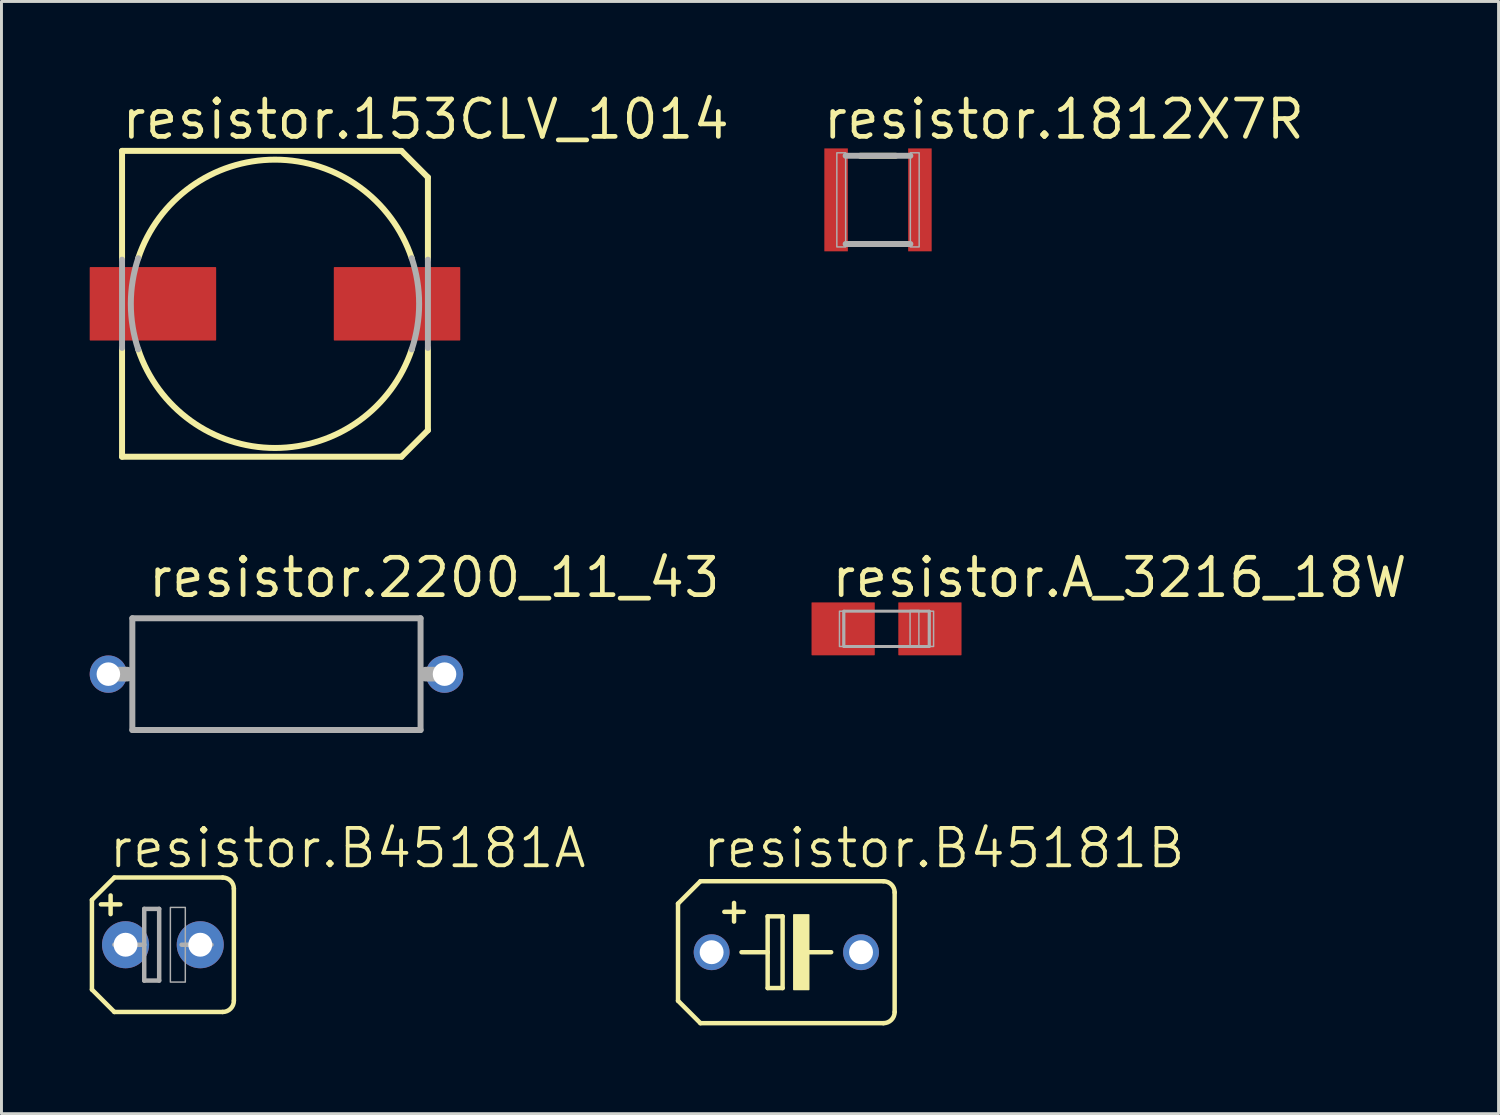
<source format=kicad_pcb>
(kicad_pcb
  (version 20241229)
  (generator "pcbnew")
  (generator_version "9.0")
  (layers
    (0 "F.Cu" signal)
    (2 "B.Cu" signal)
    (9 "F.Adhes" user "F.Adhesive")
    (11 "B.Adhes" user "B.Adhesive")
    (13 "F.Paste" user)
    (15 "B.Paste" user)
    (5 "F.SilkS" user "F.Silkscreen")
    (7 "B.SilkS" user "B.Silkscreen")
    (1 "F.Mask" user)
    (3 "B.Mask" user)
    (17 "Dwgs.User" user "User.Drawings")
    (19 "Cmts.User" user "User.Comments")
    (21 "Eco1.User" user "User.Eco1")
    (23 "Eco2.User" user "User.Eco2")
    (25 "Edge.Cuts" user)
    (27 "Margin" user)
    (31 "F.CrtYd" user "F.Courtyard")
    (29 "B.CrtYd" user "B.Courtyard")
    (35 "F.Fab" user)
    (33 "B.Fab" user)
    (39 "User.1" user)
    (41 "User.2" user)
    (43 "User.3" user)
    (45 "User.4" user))
  (footprint "resistor.B45181B"
    (layer "F.Cu")
    (at 23.687 29.327)
    (property "Reference" "resistor.B45181B" (at -2.921 -2.794 0) (layer "F.SilkS") (effects (font (size 1.27 1.27) (thickness 0.13)) (justify left bottom)))
    (attr through_hole)
    (fp_line (start -3.683 -1.651) (end -3.683 1.651) (stroke (width 0.152) (type default)) (layer "F.SilkS"))
    (fp_line (start -3.683 -1.651) (end -2.921 -2.413) (stroke (width 0.152) (type default)) (layer "F.SilkS"))
    (fp_line (start -2.921 2.413) (end -3.683 1.651) (stroke (width 0.152) (type default)) (layer "F.SilkS"))
    (fp_line (start -2.921 2.413) (end 3.302 2.413) (stroke (width 0.152) (type default)) (layer "F.SilkS"))
    (fp_line (start -1.778 -1.676) (end -1.778 -1.041) (stroke (width 0.152) (type default)) (layer "F.SilkS"))
    (fp_line (start -1.524 0) (end -0.635 0) (stroke (width 0.152) (type default)) (layer "F.SilkS"))
    (fp_line (start -1.448 -1.372) (end -2.108 -1.372) (stroke (width 0.152) (type default)) (layer "F.SilkS"))
    (fp_line (start -0.635 -1.219) (end -0.635 0) (stroke (width 0.152) (type default)) (layer "F.SilkS"))
    (fp_line (start -0.635 0) (end -0.635 1.219) (stroke (width 0.152) (type default)) (layer "F.SilkS"))
    (fp_line (start -0.635 1.219) (end -0.127 1.219) (stroke (width 0.152) (type default)) (layer "F.SilkS"))
    (fp_line (start -0.127 -1.219) (end -0.635 -1.219) (stroke (width 0.152) (type default)) (layer "F.SilkS"))
    (fp_line (start -0.127 1.219) (end -0.127 -1.219) (stroke (width 0.152) (type default)) (layer "F.SilkS"))
    (fp_line (start 0.635 0) (end 1.524 0) (stroke (width 0.152) (type default)) (layer "F.SilkS"))
    (fp_line (start 3.302 -2.413) (end -2.921 -2.413) (stroke (width 0.152) (type default)) (layer "F.SilkS"))
    (fp_line (start 3.683 -2.032) (end 3.683 2.032) (stroke (width 0.152) (type default)) (layer "F.SilkS"))
    (fp_rect (start 0.254 1.27) (end 0.762 -1.27) (stroke (width 0.05) (type default)) (fill yes) (layer "F.SilkS"))
    (fp_arc (start 3.302 -2.413) (mid 3.571408 -2.301408) (end 3.683 -2.032) (stroke (width 0.1524) (type default)) (layer "F.SilkS"))
    (fp_arc (start 3.683 2.032) (mid 3.571408 2.301408) (end 3.302 2.413) (stroke (width 0.1524) (type default)) (layer "F.SilkS"))
    (pad "+" thru_hole circle (at -2.54 0) (size 1.219 1.219) (drill 0.813) (layers "*.Cu" "*.Mask"))
    (pad "-" thru_hole circle (at 2.54 0) (size 1.219 1.219) (drill 0.813) (layers "*.Cu" "*.Mask")))
  (footprint "resistor.B45181A"
    (layer "F.Cu")
    (at 2.489 29.073)
    (property "Reference" "resistor.B45181A" (at -1.905 -2.54 0) (layer "F.SilkS") (effects (font (size 1.27 1.27) (thickness 0.13)) (justify left bottom)))
    (attr through_hole)
    (fp_line (start -2.413 -1.524) (end -2.413 1.524) (stroke (width 0.152) (type default)) (layer "F.SilkS"))
    (fp_line (start -2.413 -1.524) (end -1.651 -2.286) (stroke (width 0.152) (type default)) (layer "F.SilkS"))
    (fp_line (start -1.778 -1.676) (end -1.778 -1.041) (stroke (width 0.152) (type default)) (layer "F.SilkS"))
    (fp_line (start -1.651 2.286) (end -2.413 1.524) (stroke (width 0.152) (type default)) (layer "F.SilkS"))
    (fp_line (start -1.651 2.286) (end 2.032 2.286) (stroke (width 0.152) (type default)) (layer "F.SilkS"))
    (fp_line (start -1.448 -1.372) (end -2.108 -1.372) (stroke (width 0.152) (type default)) (layer "F.SilkS"))
    (fp_line (start 2.032 -2.286) (end -1.651 -2.286) (stroke (width 0.152) (type default)) (layer "F.SilkS"))
    (fp_line (start 2.413 -1.905) (end 2.413 1.905) (stroke (width 0.152) (type default)) (layer "F.SilkS"))
    (fp_arc (start 2.032 -2.286) (mid 2.301408 -2.174408) (end 2.413 -1.905) (stroke (width 0.1524) (type default)) (layer "F.SilkS"))
    (fp_arc (start 2.413 1.905) (mid 2.301408 2.174408) (end 2.032 2.286) (stroke (width 0.1524) (type default)) (layer "F.SilkS"))
    (fp_line (start -1.651 0) (end -0.635 0) (stroke (width 0.152) (type default)) (layer "F.Fab"))
    (fp_line (start -0.635 -1.219) (end -0.635 0) (stroke (width 0.152) (type default)) (layer "F.Fab"))
    (fp_line (start -0.635 0) (end -0.635 1.219) (stroke (width 0.152) (type default)) (layer "F.Fab"))
    (fp_line (start -0.635 1.219) (end -0.127 1.219) (stroke (width 0.152) (type default)) (layer "F.Fab"))
    (fp_line (start -0.127 -1.219) (end -0.635 -1.219) (stroke (width 0.152) (type default)) (layer "F.Fab"))
    (fp_line (start -0.127 1.219) (end -0.127 -1.219) (stroke (width 0.152) (type default)) (layer "F.Fab"))
    (fp_line (start 0.635 0) (end 1.651 0) (stroke (width 0.152) (type default)) (layer "F.Fab"))
    (fp_rect (start 0.254 1.27) (end 0.762 -1.27) (stroke (width 0.05) (type default)) (fill no) (layer "F.Fab"))
    (pad "+" thru_hole circle (at -1.27 0) (size 1.6 1.6) (drill 0.813) (layers "*.Cu" "*.Mask"))
    (pad "-" thru_hole circle (at 1.27 0) (size 1.6 1.6) (drill 0.813) (layers "*.Cu" "*.Mask")))
  (footprint "resistor.2200_11_43"
    (layer "F.Cu")
    (at 6.35 19.872)
    (property "Reference" "resistor.2200_11_43" (at -4.445 -2.54 0) (layer "F.SilkS") (effects (font (size 1.27 1.27) (thickness 0.16)) (justify left bottom)))
    (attr through_hole)
    (fp_line (start -5.715 0) (end -5.08 0) (stroke (width 0.5) (type default)) (layer "F.Fab"))
    (fp_line (start -4.9 -1.9) (end 4.9 -1.9) (stroke (width 0.203) (type default)) (layer "F.Fab"))
    (fp_line (start -4.9 1.9) (end -4.9 -1.9) (stroke (width 0.203) (type default)) (layer "F.Fab"))
    (fp_line (start 4.9 -1.9) (end 4.9 1.9) (stroke (width 0.203) (type default)) (layer "F.Fab"))
    (fp_line (start 4.9 1.9) (end -4.9 1.9) (stroke (width 0.203) (type default)) (layer "F.Fab"))
    (fp_line (start 5.715 0) (end 5.08 0) (stroke (width 0.5) (type default)) (layer "F.Fab"))
    (pad "1" thru_hole circle (at -5.715 0) (size 1.27 1.27) (drill 0.8) (layers "*.Cu" "*.Mask"))
    (pad "2" thru_hole circle (at 5.715 0) (size 1.27 1.27) (drill 0.8) (layers "*.Cu" "*.Mask")))
  (footprint "resistor.1812X7R"
    (layer "F.Cu")
    (at 26.804 3.746)
    (property "Reference" "resistor.1812X7R" (at -1.946 -1.996 0) (layer "F.SilkS") (effects (font (size 1.27 1.27) (thickness 0.16)) (justify left bottom)))
    (attr smd)
    (fp_line (start -0.6 -1.5) (end 0.6 -1.5) (stroke (width 0.203) (type default)) (layer "F.SilkS"))
    (fp_line (start 0.6 1.5) (end -0.6 1.5) (stroke (width 0.203) (type default)) (layer "F.SilkS"))
    (fp_line (start -1.1 -1.5) (end 1.1 -1.5) (stroke (width 0.203) (type default)) (layer "F.Fab"))
    (fp_line (start 1.1 1.5) (end -1.1 1.5) (stroke (width 0.203) (type default)) (layer "F.Fab"))
    (fp_rect (start -1.4 1.6) (end -1.1 -1.6) (stroke (width 0.05) (type default)) (fill no) (layer "F.Fab"))
    (fp_rect (start 1.1 1.6) (end 1.4 -1.6) (stroke (width 0.05) (type default)) (fill no) (layer "F.Fab"))
    (pad "1" smd roundrect (at -1.425 0) (size 0.8 3.5) (layers "F.Cu" "F.Mask" "F.Paste") (roundrect_rratio 0.01))
    (pad "2" smd roundrect (at 1.425 0 180) (size 0.8 3.5) (layers "F.Cu" "F.Mask" "F.Paste") (roundrect_rratio 0.01)))
  (footprint "resistor.A_3216_18W"
    (layer "F.Cu")
    (at 27.094 18.332)
    (property "Reference" "resistor.A_3216_18W" (at -1.95 -1 0) (layer "F.SilkS") (effects (font (size 1.27 1.27) (thickness 0.16)) (justify left bottom)))
    (attr smd)
    (fp_line (start -1.45 -0.6) (end 1.45 -0.6) (stroke (width 0.102) (type default)) (layer "F.Fab"))
    (fp_line (start -1.45 0.6) (end -1.45 -0.6) (stroke (width 0.102) (type default)) (layer "F.Fab"))
    (fp_line (start 1.45 -0.6) (end 1.45 0.6) (stroke (width 0.102) (type default)) (layer "F.Fab"))
    (fp_line (start 1.45 0.6) (end -1.45 0.6) (stroke (width 0.102) (type default)) (layer "F.Fab"))
    (fp_rect (start -1.6 0.6) (end -1.475 -0.6) (stroke (width 0.05) (type default)) (fill no) (layer "F.Fab"))
    (fp_rect (start 0.8 0.625) (end 1.1 -0.625) (stroke (width 0.05) (type default)) (fill no) (layer "F.Fab"))
    (fp_rect (start 1.475 0.6) (end 1.6 -0.6) (stroke (width 0.05) (type default)) (fill no) (layer "F.Fab"))
    (pad "+" smd roundrect (at 1.475 0) (size 2.15 1.8) (layers "F.Cu" "F.Mask" "F.Paste") (roundrect_rratio 0.01))
    (pad "-" smd roundrect (at -1.475 0) (size 2.15 1.8) (layers "F.Cu" "F.Mask" "F.Paste") (roundrect_rratio 0.01)))
  (footprint "resistor.153CLV_1014"
    (layer "F.Cu")
    (at 6.3 7.28)
    (property "Reference" "resistor.153CLV_1014" (at -5.29 -5.53 0) (layer "F.SilkS") (effects (font (size 1.27 1.27) (thickness 0.16)) (justify left bottom)))
    (attr smd)
    (fp_line (start -5.2 -5.2) (end 4.3 -5.2) (stroke (width 0.203) (type default)) (layer "F.SilkS"))
    (fp_line (start -5.2 -1.5) (end -5.2 -5.2) (stroke (width 0.203) (type default)) (layer "F.SilkS"))
    (fp_line (start -5.2 5.2) (end -5.2 1.5) (stroke (width 0.203) (type default)) (layer "F.SilkS"))
    (fp_line (start 4.3 -5.2) (end 5.2 -4.3) (stroke (width 0.203) (type default)) (layer "F.SilkS"))
    (fp_line (start 4.3 5.2) (end -5.2 5.2) (stroke (width 0.203) (type default)) (layer "F.SilkS"))
    (fp_line (start 5.2 -4.3) (end 5.2 -1.5) (stroke (width 0.203) (type default)) (layer "F.SilkS"))
    (fp_line (start 5.2 1.5) (end 5.2 4.3) (stroke (width 0.203) (type default)) (layer "F.SilkS"))
    (fp_line (start 5.2 4.3) (end 4.3 5.2) (stroke (width 0.203) (type default)) (layer "F.SilkS"))
    (fp_arc (start -4.65 -1.55) (mid 0 -4.90153) (end 4.65 -1.55) (stroke (width 0.2032) (type default)) (layer "F.SilkS"))
    (fp_arc (start 4.65 1.55) (mid 0 4.90153) (end -4.65 1.55) (stroke (width 0.2032) (type default)) (layer "F.SilkS"))
    (fp_line (start -5.2 1.5) (end -5.2 -1.5) (stroke (width 0.203) (type default)) (layer "F.Fab"))
    (fp_line (start 5.2 -1.5) (end 5.2 1.5) (stroke (width 0.203) (type default)) (layer "F.Fab"))
    (fp_arc (start -4.65 1.55) (mid -4.90153 0) (end -4.65 -1.55) (stroke (width 0.2032) (type default)) (layer "F.Fab"))
    (fp_arc (start 4.65 -1.55) (mid 4.90153 0) (end 4.65 1.55) (stroke (width 0.2032) (type default)) (layer "F.Fab"))
    (pad "+" smd roundrect (at 4.15 0) (size 4.3 2.5) (layers "F.Cu" "F.Mask" "F.Paste") (roundrect_rratio 0.01))
    (pad "-" smd roundrect (at -4.15 0) (size 4.3 2.5) (layers "F.Cu" "F.Mask" "F.Paste") (roundrect_rratio 0.01)))
  (gr_rect
    (start -3 -3)
    (end 47.904 34.816)
    (stroke (width 0.1) (type default))
    (fill no)
    (layer "Edge.Cuts")))
</source>
